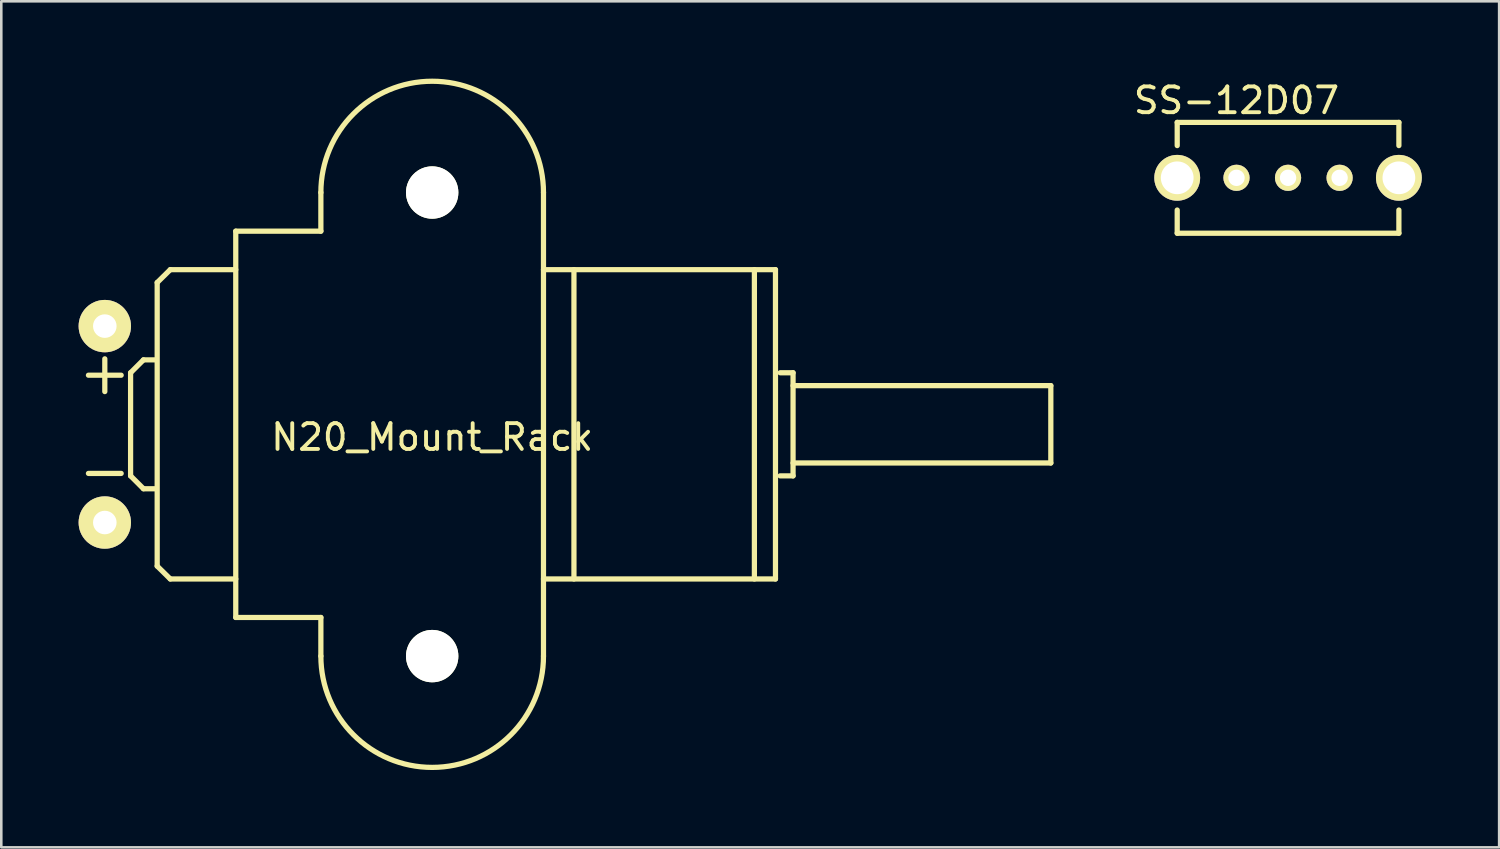
<source format=kicad_pcb>
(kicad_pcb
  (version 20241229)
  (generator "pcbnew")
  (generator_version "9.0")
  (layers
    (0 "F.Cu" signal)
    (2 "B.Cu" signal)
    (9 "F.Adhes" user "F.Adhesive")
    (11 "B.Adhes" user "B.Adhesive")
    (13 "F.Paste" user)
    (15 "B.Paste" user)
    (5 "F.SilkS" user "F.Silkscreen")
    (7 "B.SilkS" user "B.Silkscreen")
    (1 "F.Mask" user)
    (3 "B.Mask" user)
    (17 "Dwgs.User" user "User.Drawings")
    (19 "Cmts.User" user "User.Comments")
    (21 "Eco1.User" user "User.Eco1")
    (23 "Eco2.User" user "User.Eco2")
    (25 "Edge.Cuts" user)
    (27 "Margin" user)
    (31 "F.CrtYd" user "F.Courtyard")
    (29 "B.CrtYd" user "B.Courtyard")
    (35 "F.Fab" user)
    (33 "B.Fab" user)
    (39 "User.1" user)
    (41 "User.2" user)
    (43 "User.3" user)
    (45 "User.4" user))
  (footprint "SS-12D07"
    (layer "F.Cu")
    (at 46.919 3.848)
    (property "Reference" "SS-12D07" (at -2 -3 0) (layer "F.SilkS") (effects (font (size 1 1) (thickness 0.15))))
    (attr through_hole)
    (fp_line (start -4.3 -2.15) (end -4.3 -1.25) (stroke (width 0.203) (type solid)) (layer "F.SilkS"))
    (fp_line (start -4.3 -2.15) (end 4.3 -2.15) (stroke (width 0.203) (type solid)) (layer "F.SilkS"))
    (fp_line (start -4.3 2.15) (end -4.3 1.25) (stroke (width 0.203) (type solid)) (layer "F.SilkS"))
    (fp_line (start -4.3 2.15) (end 4.3 2.15) (stroke (width 0.203) (type solid)) (layer "F.SilkS"))
    (fp_line (start 4.3 -2.15) (end 4.3 -1.25) (stroke (width 0.203) (type solid)) (layer "F.SilkS"))
    (fp_line (start 4.3 2.15) (end 4.3 1.25) (stroke (width 0.203) (type solid)) (layer "F.SilkS"))
    (pad "" thru_hole circle (at -4.3 0) (size 1.778 1.778) (drill 1.27) (layers "*.Cu" "*.Mask" "F.SilkS"))
    (pad "" thru_hole circle (at 4.3 0) (size 1.778 1.778) (drill 1.27) (layers "*.Cu" "*.Mask" "F.SilkS"))
    (pad "1" thru_hole circle (at -2 0) (size 1.016 1.016) (drill 0.635) (layers "*.Cu" "*.Mask" "F.SilkS"))
    (pad "2" thru_hole circle (at 0 0) (size 1.016 1.016) (drill 0.635) (layers "*.Cu" "*.Mask" "F.SilkS"))
    (pad "3" thru_hole circle (at 2 0) (size 1.016 1.016) (drill 0.635) (layers "*.Cu" "*.Mask" "F.SilkS")))
  (footprint "N20_Mount_Rack"
    (layer "F.Cu")
    (at 13.716 13.411)
    (property "Reference" "N20_Mount_Rack" (at 0 0.5 0) (layer "F.SilkS") (effects (font (size 1 1) (thickness 0.15))))
    (attr through_hole)
    (fp_line (start -13.335 -1.905) (end -12.065 -1.905) (stroke (width 0.203) (type solid)) (layer "F.SilkS"))
    (fp_line (start -13.335 1.905) (end -12.065 1.905) (stroke (width 0.203) (type solid)) (layer "F.SilkS"))
    (fp_line (start -12.7 -1.27) (end -12.7 -2.54) (stroke (width 0.203) (type solid)) (layer "F.SilkS"))
    (fp_line (start -11.7 -2) (end -11.7 2) (stroke (width 0.203) (type solid)) (layer "F.SilkS"))
    (fp_line (start -11.7 2) (end -11.2 2.5) (stroke (width 0.203) (type solid)) (layer "F.SilkS"))
    (fp_line (start -11.2 -2.5) (end -11.7 -2) (stroke (width 0.203) (type solid)) (layer "F.SilkS"))
    (fp_line (start -11.2 2.5) (end -10.7 2.5) (stroke (width 0.203) (type solid)) (layer "F.SilkS"))
    (fp_line (start -10.7 -2.5) (end -11.2 -2.5) (stroke (width 0.203) (type solid)) (layer "F.SilkS"))
    (fp_line (start -10.668 5.5) (end -10.668 -5.5) (stroke (width 0.203) (type solid)) (layer "F.SilkS"))
    (fp_line (start -10.16 -6) (end -10.668 -5.5) (stroke (width 0.203) (type solid)) (layer "F.SilkS"))
    (fp_line (start -10.16 6) (end -10.668 5.5) (stroke (width 0.203) (type solid)) (layer "F.SilkS"))
    (fp_line (start -7.62 -7.493) (end -7.62 7.493) (stroke (width 0.203) (type solid)) (layer "F.SilkS"))
    (fp_line (start -7.62 -6) (end -10.16 -6) (stroke (width 0.203) (type solid)) (layer "F.SilkS"))
    (fp_line (start -7.62 6) (end -10.16 6) (stroke (width 0.203) (type solid)) (layer "F.SilkS"))
    (fp_line (start -4.318 -8.992) (end -4.318 -7.493) (stroke (width 0.203) (type solid)) (layer "F.SilkS"))
    (fp_line (start -4.318 -7.493) (end -7.62 -7.493) (stroke (width 0.203) (type solid)) (layer "F.SilkS"))
    (fp_line (start -4.318 7.493) (end -7.62 7.493) (stroke (width 0.203) (type solid)) (layer "F.SilkS"))
    (fp_line (start -4.318 7.493) (end -4.318 8.992) (stroke (width 0.203) (type solid)) (layer "F.SilkS"))
    (fp_line (start 4.318 -8.992) (end 4.318 8.992) (stroke (width 0.203) (type solid)) (layer "F.SilkS"))
    (fp_line (start 4.318 -6) (end 13.318 -6) (stroke (width 0.203) (type solid)) (layer "F.SilkS"))
    (fp_line (start 5.5 -6) (end 5.5 6) (stroke (width 0.203) (type solid)) (layer "F.SilkS"))
    (fp_line (start 12.5 -6) (end 12.5 6) (stroke (width 0.203) (type solid)) (layer "F.SilkS"))
    (fp_line (start 13.318 -6) (end 13.318 6) (stroke (width 0.203) (type solid)) (layer "F.SilkS"))
    (fp_line (start 13.318 6) (end 4.318 6) (stroke (width 0.203) (type solid)) (layer "F.SilkS"))
    (fp_line (start 13.5 -2) (end 14 -2) (stroke (width 0.203) (type solid)) (layer "F.SilkS"))
    (fp_line (start 14 -2) (end 14 2) (stroke (width 0.203) (type solid)) (layer "F.SilkS"))
    (fp_line (start 14 2) (end 13.5 2) (stroke (width 0.203) (type solid)) (layer "F.SilkS"))
    (fp_line (start 24 -1.5) (end 14 -1.5) (stroke (width 0.203) (type solid)) (layer "F.SilkS"))
    (fp_line (start 24 -1.5) (end 24 1.5) (stroke (width 0.203) (type solid)) (layer "F.SilkS"))
    (fp_line (start 24 1.5) (end 14 1.5) (stroke (width 0.203) (type solid)) (layer "F.SilkS"))
    (fp_arc (start -4.318 -8.9916) (mid 0 -13.3096) (end 4.318 -8.9916) (stroke (width 0.2032) (type solid)) (layer "F.SilkS"))
    (fp_arc (start 4.318 8.9916) (mid 0 13.3096) (end -4.318 8.9916) (stroke (width 0.2032) (type solid)) (layer "F.SilkS"))
    (pad "" np_thru_hole circle (at 0 -8.992) (size 2.032 2.032) (drill 2.032) (layers "*.Cu" "*.Mask" "F.SilkS"))
    (pad "" np_thru_hole circle (at 0 8.992) (size 2.032 2.032) (drill 2.032) (layers "*.Cu" "*.Mask" "F.SilkS"))
    (pad "1" thru_hole circle (at -12.7 -3.81) (size 2.032 2.032) (drill 0.914) (layers "*.Cu" "*.Mask" "F.SilkS"))
    (pad "2" thru_hole circle (at -12.7 3.81) (size 2.032 2.032) (drill 0.914) (layers "*.Cu" "*.Mask" "F.SilkS")))
  (gr_rect
    (start -3 -3)
    (end 55.108 29.822)
    (stroke (width 0.1) (type default))
    (fill no)
    (layer "Edge.Cuts")))
</source>
